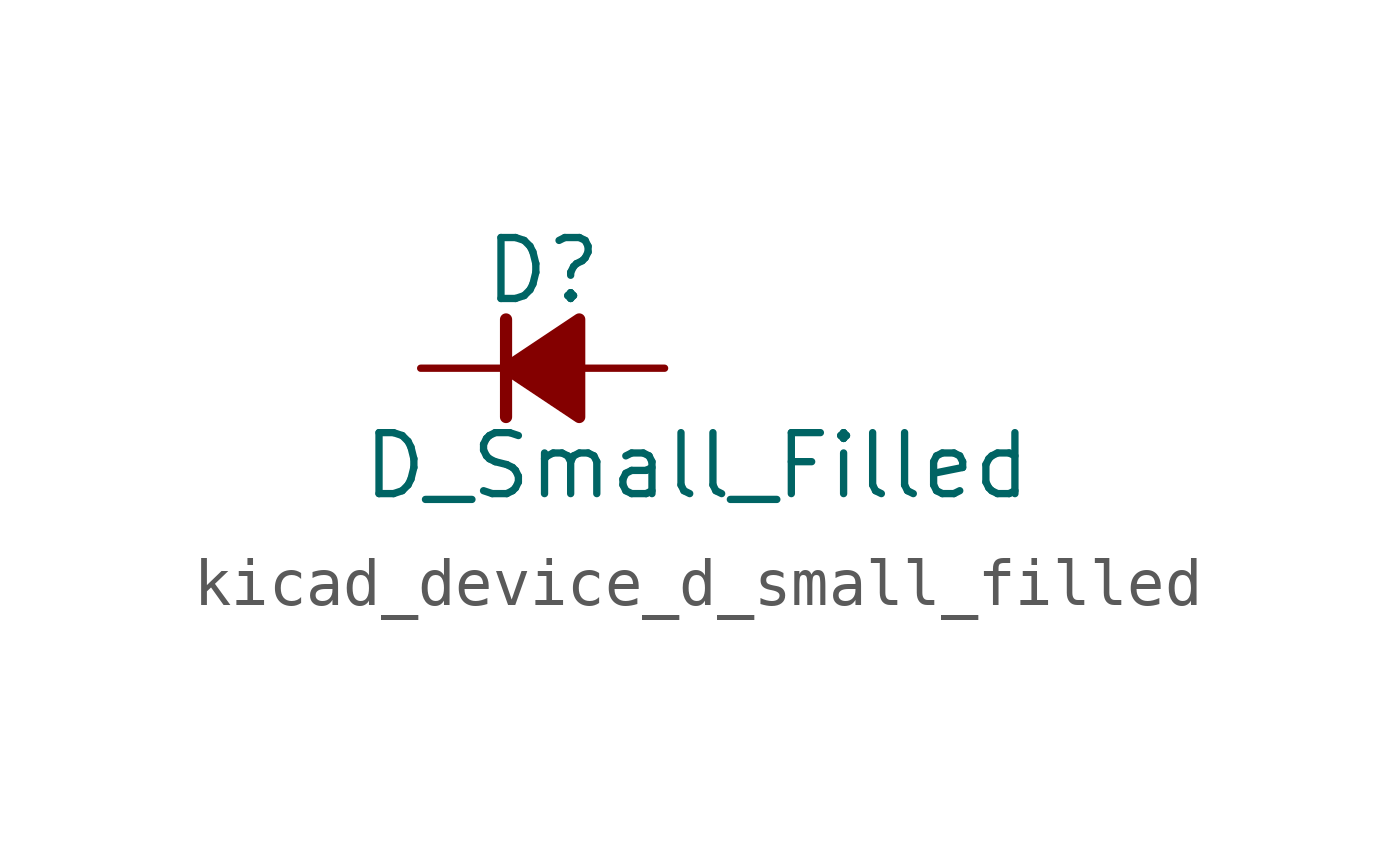
<source format=kicad_sym>
(kicad_symbol_lib
  (version 20220914)
  (generator kicad_symbol_editor)
  (symbol "kicad_device_d_small_filled"
    (pin_numbers hide)
    (pin_names
      (offset 0.254) hide)
    (property "Reference" "D"
      (at -1.27 2.032 0)
      (effects (font (size 1.27 1.27)) (justify left)))
    (property "Value" "D_Small_Filled"
      (at -3.81 -2.032 0)
      (effects (font (size 1.27 1.27)) (justify left)))
    (symbol "kicad_device_d_small_filled_0_1"
      (polyline (pts (xy -0.762 -1.016) (xy -0.762 1.016)) (stroke (width 0.254) (type default)) (fill (type none)))
      (polyline (pts (xy -0.762 0) (xy 0.762 0)) (stroke (width 0) (type default)) (fill (type none)))
      (polyline (pts (xy 0.762 -1.016) (xy -0.762 0) (xy 0.762 1.016) (xy 0.762 -1.016)) (stroke (width 0.254) (type default)) (fill (type outline))))
    (symbol "kicad_device_d_small_filled_1_1"
      (pin passive line (at -2.54 0 0) (length 1.778) (name "K" (effects (font (size 1.27 1.27)))) (number "1" (effects (font (size 1.27 1.27)))))
      (pin passive line (at 2.54 0 180) (length 1.778) (name "A" (effects (font (size 1.27 1.27)))) (number "2" (effects (font (size 1.27 1.27))))))))
</source>
